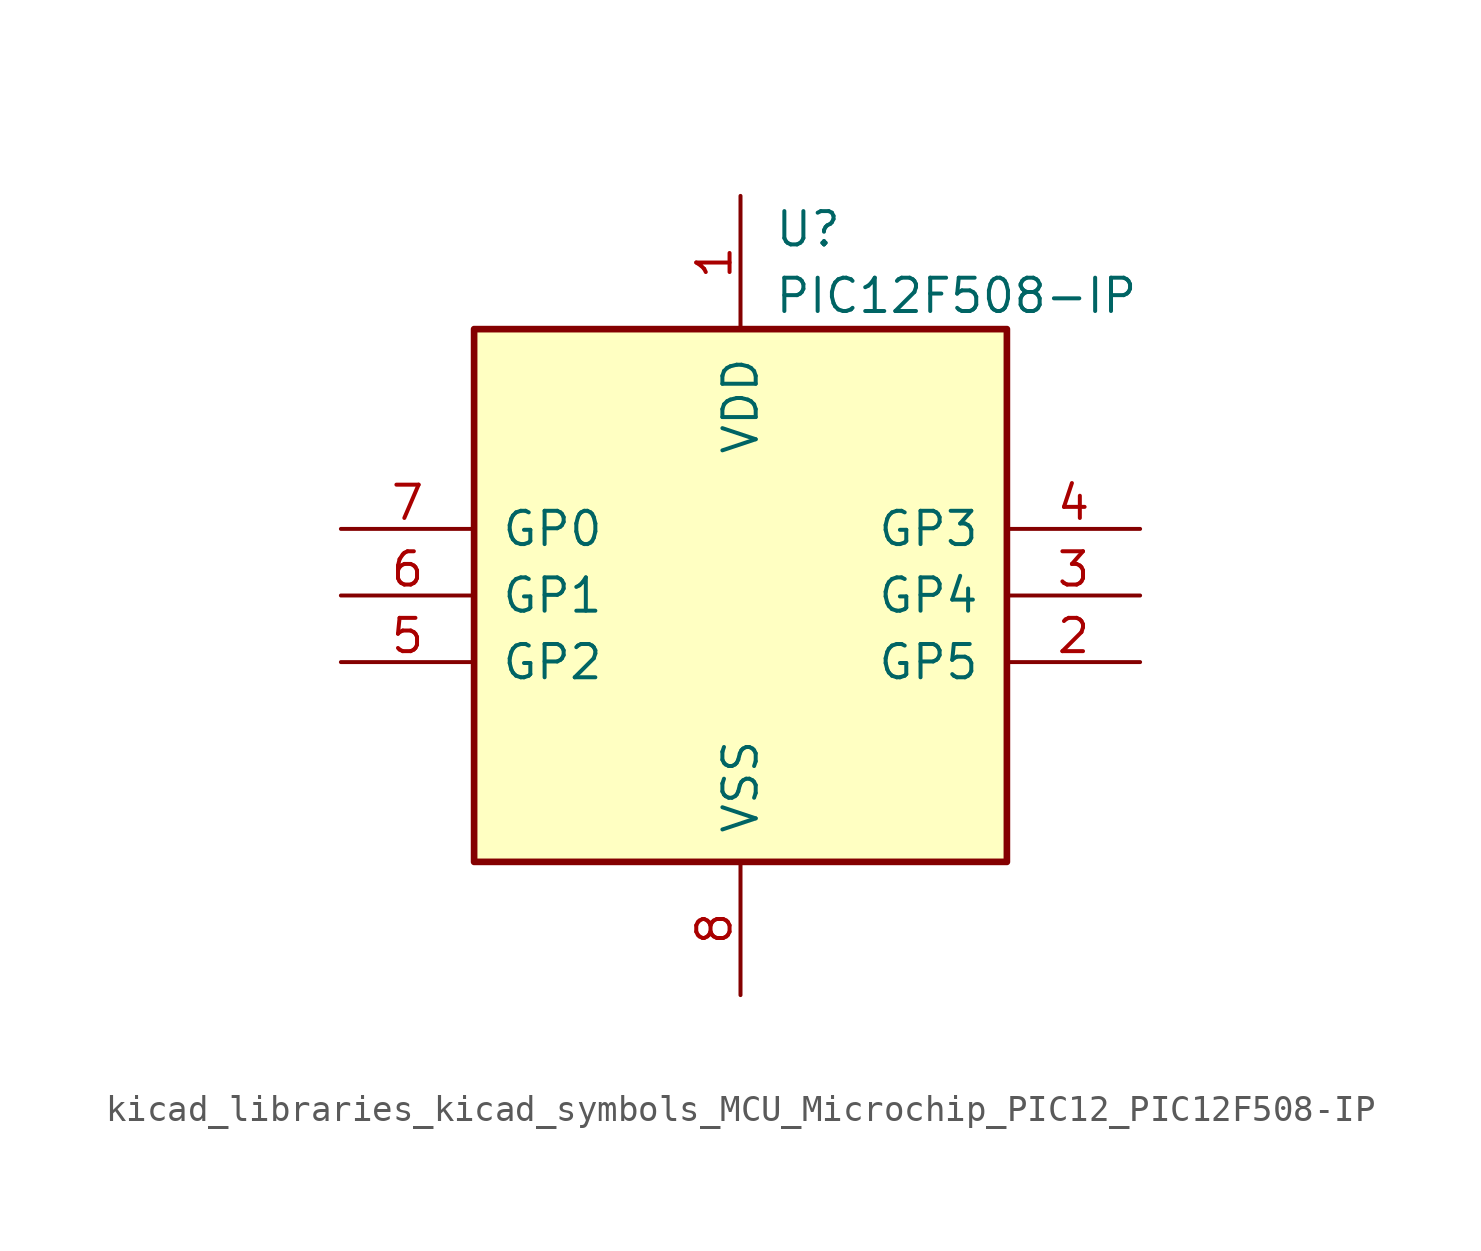
<source format=kicad_sym>
(kicad_symbol_lib
  (version 20220914)
  (generator kicad_symbol_editor)
  (symbol "kicad_libraries_kicad_symbols_MCU_Microchip_PIC12_PIC12F508-IP"
    (pin_names
      (offset 1.016))
    (property "Reference" "U"
      (at 1.27 13.97 0)
      (effects (font (size 1.27 1.27)) (justify left)))
    (property "Value" "PIC12F508-IP"
      (at 1.27 11.43 0)
      (effects (font (size 1.27 1.27)) (justify left)))
    (symbol "kicad_libraries_kicad_symbols_MCU_Microchip_PIC12_PIC12F508-IP_0_1"
      (rectangle (start 10.16 -10.16) (end -10.16 10.16) (stroke (width 0.254) (type default)) (fill (type background))))
    (symbol "kicad_libraries_kicad_symbols_MCU_Microchip_PIC12_PIC12F508-IP_1_1"
      (pin power_in line (at 0 15.24 270) (length 5.08) (name "VDD" (effects (font (size 1.27 1.27)))) (number "1" (effects (font (size 1.27 1.27)))))
      (pin bidirectional line (at 15.24 -2.54 180) (length 5.08) (name "GP5" (effects (font (size 1.27 1.27)))) (number "2" (effects (font (size 1.27 1.27)))))
      (pin bidirectional line (at 15.24 0 180) (length 5.08) (name "GP4" (effects (font (size 1.27 1.27)))) (number "3" (effects (font (size 1.27 1.27)))))
      (pin input line (at 15.24 2.54 180) (length 5.08) (name "GP3" (effects (font (size 1.27 1.27)))) (number "4" (effects (font (size 1.27 1.27)))))
      (pin bidirectional line (at -15.24 -2.54 0) (length 5.08) (name "GP2" (effects (font (size 1.27 1.27)))) (number "5" (effects (font (size 1.27 1.27)))))
      (pin bidirectional line (at -15.24 0 0) (length 5.08) (name "GP1" (effects (font (size 1.27 1.27)))) (number "6" (effects (font (size 1.27 1.27)))))
      (pin bidirectional line (at -15.24 2.54 0) (length 5.08) (name "GP0" (effects (font (size 1.27 1.27)))) (number "7" (effects (font (size 1.27 1.27)))))
      (pin power_in line (at 0 -15.24 90) (length 5.08) (name "VSS" (effects (font (size 1.27 1.27)))) (number "8" (effects (font (size 1.27 1.27))))))))
</source>
